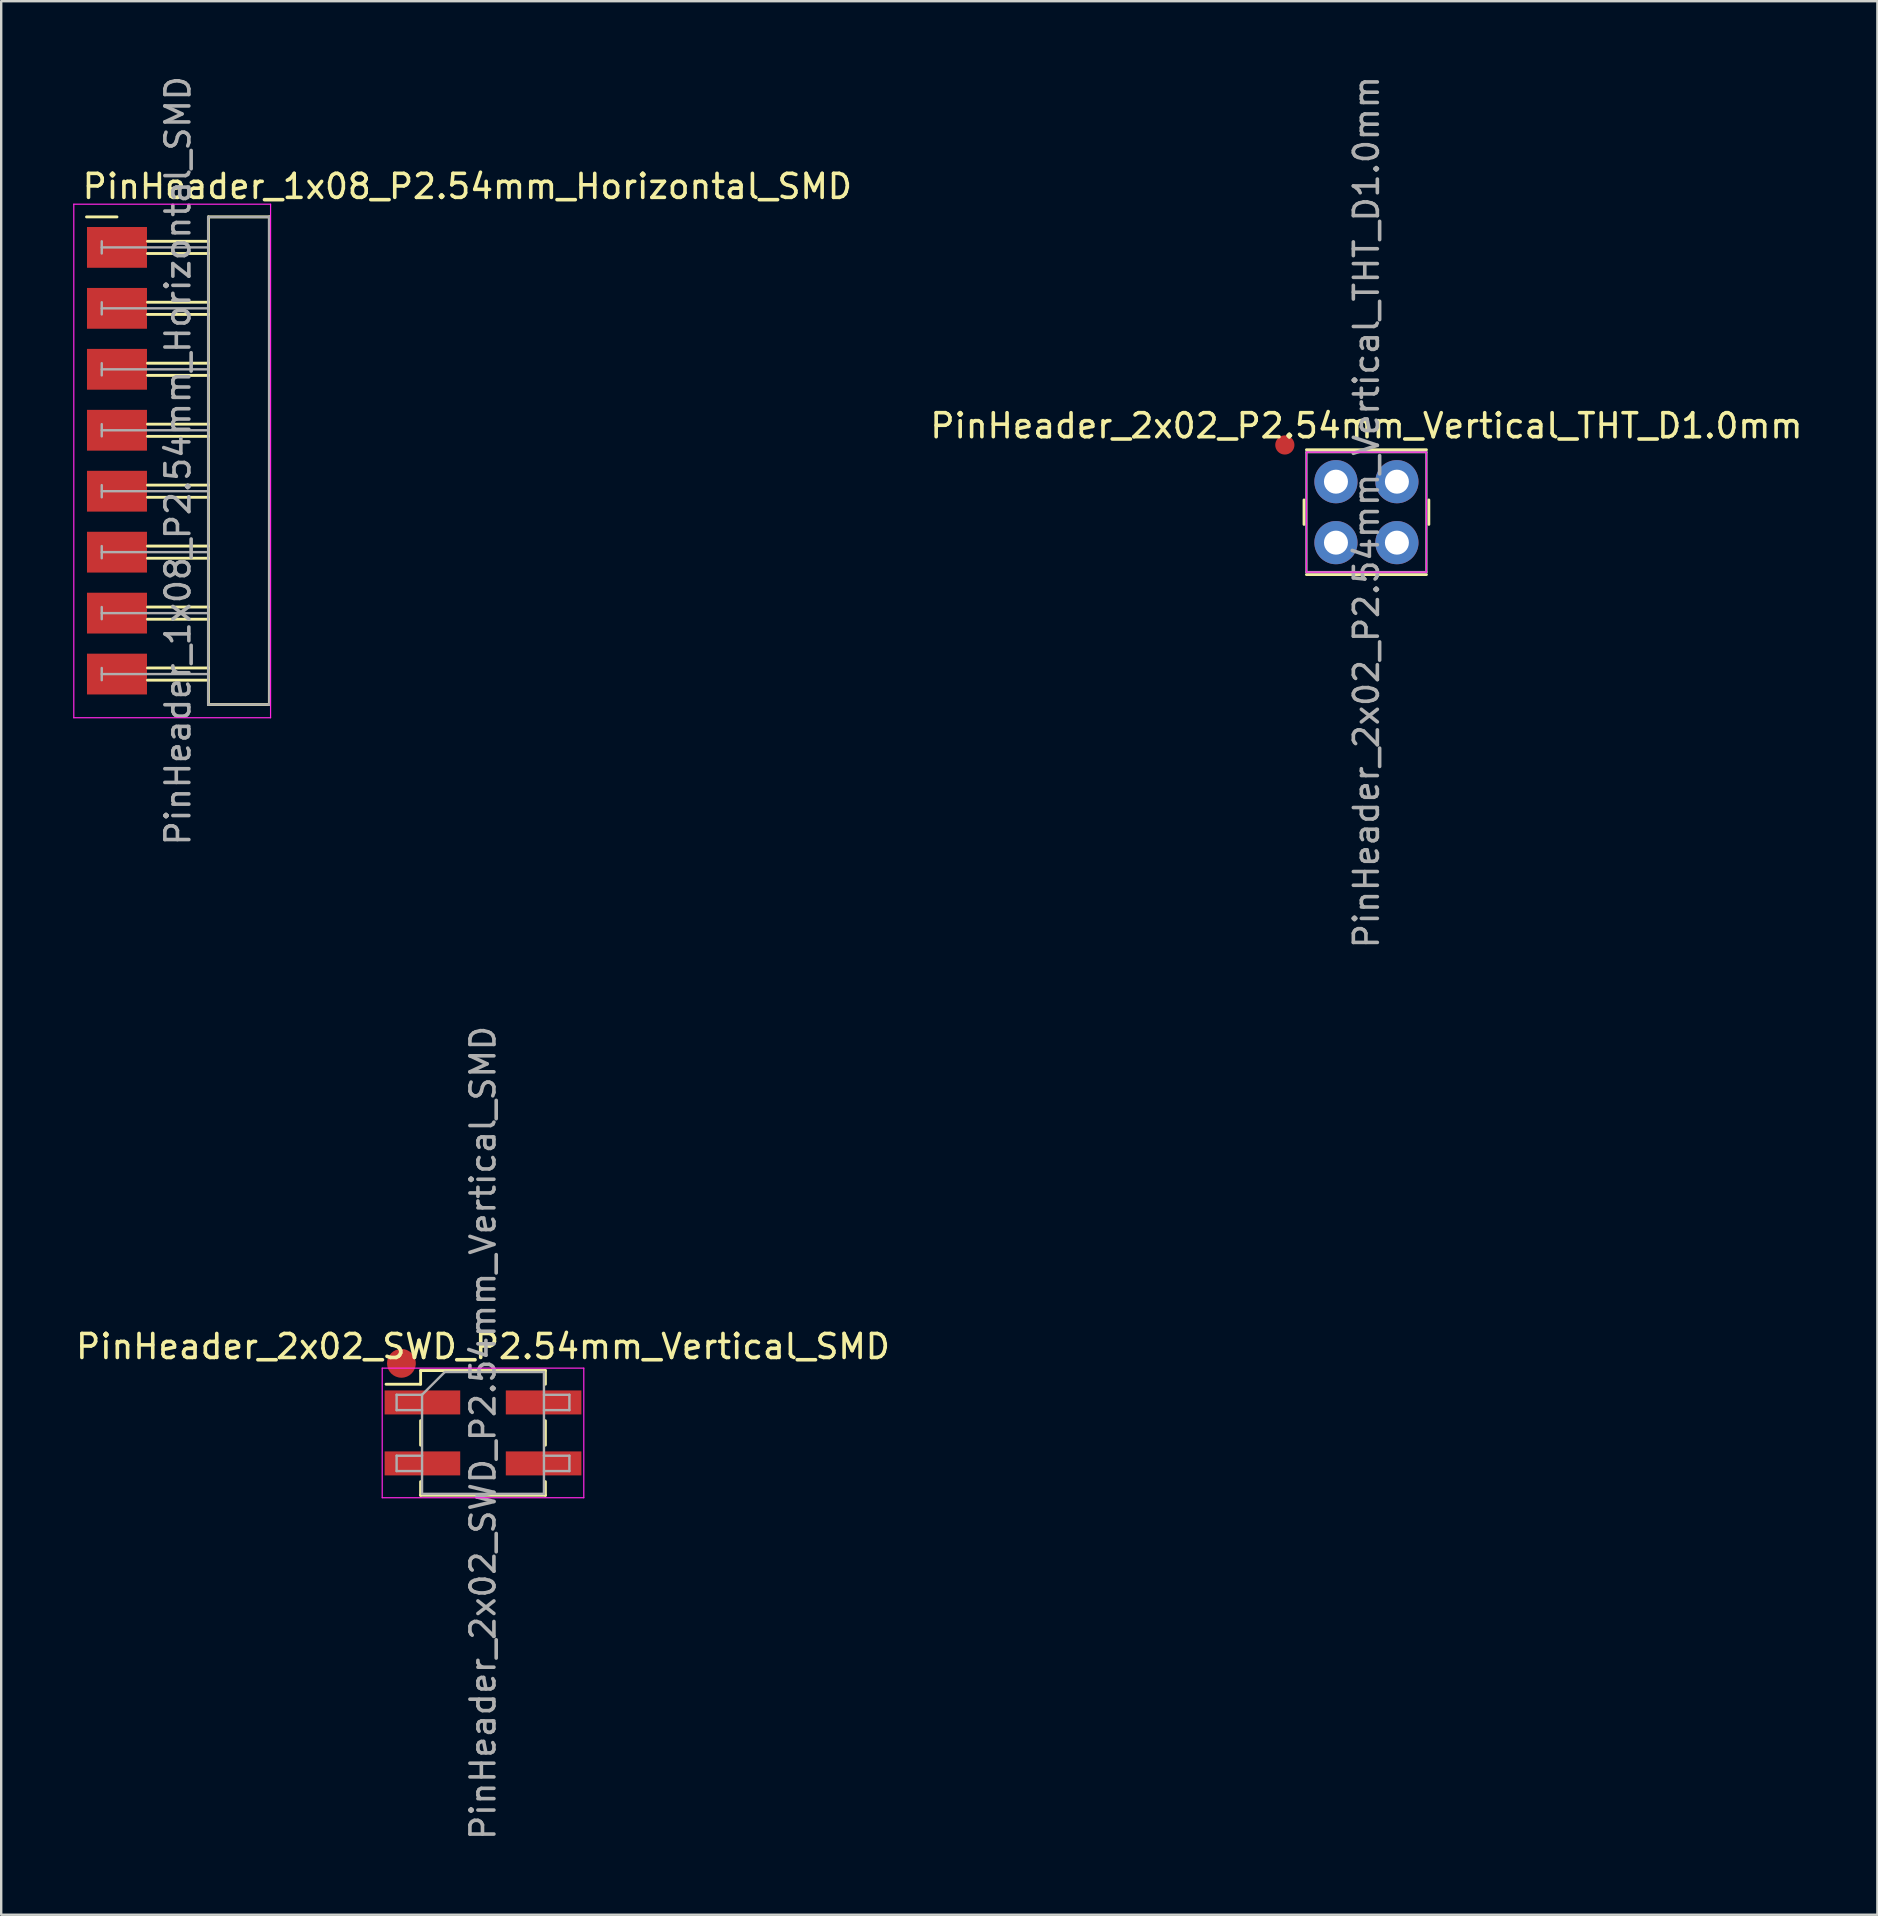
<source format=kicad_pcb>
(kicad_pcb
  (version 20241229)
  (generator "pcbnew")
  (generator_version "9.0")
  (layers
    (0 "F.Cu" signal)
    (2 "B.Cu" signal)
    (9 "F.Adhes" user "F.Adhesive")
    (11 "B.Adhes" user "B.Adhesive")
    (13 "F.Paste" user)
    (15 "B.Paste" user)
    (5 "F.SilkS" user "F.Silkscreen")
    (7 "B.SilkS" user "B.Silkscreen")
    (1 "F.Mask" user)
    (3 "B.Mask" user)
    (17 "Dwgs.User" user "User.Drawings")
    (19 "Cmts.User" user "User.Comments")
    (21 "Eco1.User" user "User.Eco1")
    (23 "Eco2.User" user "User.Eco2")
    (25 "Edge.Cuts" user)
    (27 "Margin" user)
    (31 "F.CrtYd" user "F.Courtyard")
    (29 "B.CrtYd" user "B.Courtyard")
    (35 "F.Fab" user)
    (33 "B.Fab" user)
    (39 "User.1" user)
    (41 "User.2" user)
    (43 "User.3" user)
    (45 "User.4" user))
  (footprint "PinHeader_1x08_P2.54mm_Horizontal_SMD"
    (layer "F.Cu")
    (at 1.825 7.259)
    (property "Reference" "PinHeader_1x08_P2.54mm_Horizontal_SMD" (at -1.524 -2.54 180) (layer "F.SilkS") (effects (font (size 1 1) (thickness 0.15)) (justify left)))
    (attr smd)
    (fp_line (start -1.27 -1.27) (end 0 -1.27) (stroke (width 0.12) (type solid)) (layer "F.SilkS"))
    (fp_line (start 3.81 -1.27) (end 6.35 -1.27) (stroke (width 0.12) (type solid)) (layer "F.SilkS"))
    (fp_line (start 3.81 -0.254) (end 1.27 -0.254) (stroke (width 0.12) (type solid)) (layer "F.SilkS"))
    (fp_line (start 3.81 0.254) (end 1.27 0.254) (stroke (width 0.12) (type solid)) (layer "F.SilkS"))
    (fp_line (start 3.81 2.286) (end 1.27 2.286) (stroke (width 0.12) (type solid)) (layer "F.SilkS"))
    (fp_line (start 3.81 2.794) (end 1.27 2.794) (stroke (width 0.12) (type solid)) (layer "F.SilkS"))
    (fp_line (start 3.81 4.826) (end 1.27 4.826) (stroke (width 0.12) (type solid)) (layer "F.SilkS"))
    (fp_line (start 3.81 5.334) (end 1.27 5.334) (stroke (width 0.12) (type solid)) (layer "F.SilkS"))
    (fp_line (start 3.81 7.366) (end 1.27 7.366) (stroke (width 0.12) (type solid)) (layer "F.SilkS"))
    (fp_line (start 3.81 7.874) (end 1.27 7.874) (stroke (width 0.12) (type solid)) (layer "F.SilkS"))
    (fp_line (start 3.81 9.906) (end 1.27 9.906) (stroke (width 0.12) (type solid)) (layer "F.SilkS"))
    (fp_line (start 3.81 10.414) (end 1.27 10.414) (stroke (width 0.12) (type solid)) (layer "F.SilkS"))
    (fp_line (start 3.81 12.446) (end 1.27 12.446) (stroke (width 0.12) (type solid)) (layer "F.SilkS"))
    (fp_line (start 3.81 12.954) (end 1.27 12.954) (stroke (width 0.12) (type solid)) (layer "F.SilkS"))
    (fp_line (start 3.81 14.986) (end 1.27 14.986) (stroke (width 0.12) (type solid)) (layer "F.SilkS"))
    (fp_line (start 3.81 15.494) (end 1.27 15.494) (stroke (width 0.12) (type solid)) (layer "F.SilkS"))
    (fp_line (start 3.81 17.526) (end 1.27 17.526) (stroke (width 0.12) (type solid)) (layer "F.SilkS"))
    (fp_line (start 3.81 18.034) (end 1.27 18.034) (stroke (width 0.12) (type solid)) (layer "F.SilkS"))
    (fp_line (start 3.81 19.05) (end 3.81 -1.27) (stroke (width 0.12) (type solid)) (layer "F.SilkS"))
    (fp_line (start 6.35 -1.27) (end 6.35 19.05) (stroke (width 0.12) (type solid)) (layer "F.SilkS"))
    (fp_line (start 6.35 19.05) (end 3.81 19.05) (stroke (width 0.12) (type solid)) (layer "F.SilkS"))
    (fp_line (start -1.8 -1.8) (end -1.8 19.6) (stroke (width 0.05) (type solid)) (layer "F.CrtYd"))
    (fp_line (start -1.8 19.6) (end 6.4 19.6) (stroke (width 0.05) (type solid)) (layer "F.CrtYd"))
    (fp_line (start 6.4 -1.8) (end -1.8 -1.8) (stroke (width 0.05) (type solid)) (layer "F.CrtYd"))
    (fp_line (start 6.4 19.6) (end 6.4 -1.8) (stroke (width 0.05) (type solid)) (layer "F.CrtYd"))
    (fp_line (start -0.635 -0.254) (end -0.635 0.254) (stroke (width 0.1) (type solid)) (layer "F.Fab"))
    (fp_line (start -0.635 2.286) (end -0.635 2.794) (stroke (width 0.1) (type solid)) (layer "F.Fab"))
    (fp_line (start -0.635 4.826) (end -0.635 5.334) (stroke (width 0.1) (type solid)) (layer "F.Fab"))
    (fp_line (start -0.635 7.366) (end -0.635 7.874) (stroke (width 0.1) (type solid)) (layer "F.Fab"))
    (fp_line (start -0.635 9.906) (end -0.635 10.414) (stroke (width 0.1) (type solid)) (layer "F.Fab"))
    (fp_line (start -0.635 12.446) (end -0.635 12.954) (stroke (width 0.1) (type solid)) (layer "F.Fab"))
    (fp_line (start -0.635 14.986) (end -0.635 15.494) (stroke (width 0.1) (type solid)) (layer "F.Fab"))
    (fp_line (start -0.635 17.526) (end -0.635 18.034) (stroke (width 0.1) (type solid)) (layer "F.Fab"))
    (fp_line (start 3.8 -1.27) (end 6.34 -1.27) (stroke (width 0.1) (type solid)) (layer "F.Fab"))
    (fp_line (start 3.8 19.05) (end 3.8 -1.27) (stroke (width 0.1) (type solid)) (layer "F.Fab"))
    (fp_line (start 3.8 19.05) (end 6.35 19.05) (stroke (width 0.1) (type solid)) (layer "F.Fab"))
    (fp_line (start 3.81 0) (end -0.635 0) (stroke (width 0.1) (type solid)) (layer "F.Fab"))
    (fp_line (start 3.81 2.54) (end -0.635 2.54) (stroke (width 0.1) (type solid)) (layer "F.Fab"))
    (fp_line (start 3.81 5.08) (end -0.635 5.08) (stroke (width 0.1) (type solid)) (layer "F.Fab"))
    (fp_line (start 3.81 7.62) (end -0.635 7.62) (stroke (width 0.1) (type solid)) (layer "F.Fab"))
    (fp_line (start 3.81 10.16) (end -0.635 10.16) (stroke (width 0.1) (type solid)) (layer "F.Fab"))
    (fp_line (start 3.81 12.7) (end -0.635 12.7) (stroke (width 0.1) (type solid)) (layer "F.Fab"))
    (fp_line (start 3.81 15.24) (end -0.635 15.24) (stroke (width 0.1) (type solid)) (layer "F.Fab"))
    (fp_line (start 3.81 17.78) (end -0.635 17.78) (stroke (width 0.1) (type solid)) (layer "F.Fab"))
    (fp_line (start 6.34 -1.27) (end 6.35 19.05) (stroke (width 0.1) (type solid)) (layer "F.Fab"))
    (fp_text user "${REFERENCE}" (at 2.54 8.89 90) (layer "F.Fab") (effects (font (size 1 1) (thickness 0.15))))
    (pad "1" smd rect (at 0 0) (size 2.5 1.7) (layers "F.Cu" "F.Mask" "F.Paste"))
    (pad "2" smd rect (at 0 2.54) (size 2.5 1.7) (layers "F.Cu" "F.Mask" "F.Paste"))
    (pad "3" smd rect (at 0 5.08) (size 2.5 1.7) (layers "F.Cu" "F.Mask" "F.Paste"))
    (pad "4" smd rect (at 0 7.62) (size 2.5 1.7) (layers "F.Cu" "F.Mask" "F.Paste"))
    (pad "5" smd rect (at 0 10.16) (size 2.5 1.7) (layers "F.Cu" "F.Mask" "F.Paste"))
    (pad "6" smd rect (at 0 12.7) (size 2.5 1.7) (layers "F.Cu" "F.Mask" "F.Paste"))
    (pad "7" smd rect (at 0 15.24) (size 2.5 1.7) (layers "F.Cu" "F.Mask" "F.Paste"))
    (pad "8" smd rect (at 0 17.78) (size 2.5 1.7) (layers "F.Cu" "F.Mask" "F.Paste")))
  (footprint "PinHeader_2x02_SWD_P2.54mm_Vertical_SMD"
    (layer "F.Cu")
    (at 17.077 56.661)
    (property "Reference" "PinHeader_2x02_SWD_P2.54mm_Vertical_SMD" (at 0 -3.6 0) (layer "F.SilkS") (effects (font (size 1 1) (thickness 0.15))))
    (attr smd)
    (fp_circle (center -3.4 -2.9) (end -2.9 -2.9) (stroke (width 0.2) (type solid)) (fill yes) (layer "F.Cu"))
    (fp_line (start -4.04 -2.03) (end -2.6 -2.03) (stroke (width 0.12) (type solid)) (layer "F.SilkS"))
    (fp_line (start -2.6 -2.6) (end -2.6 -2.03) (stroke (width 0.12) (type solid)) (layer "F.SilkS"))
    (fp_line (start -2.6 -2.6) (end 2.6 -2.6) (stroke (width 0.12) (type solid)) (layer "F.SilkS"))
    (fp_line (start -2.6 -0.51) (end -2.6 0.51) (stroke (width 0.12) (type solid)) (layer "F.SilkS"))
    (fp_line (start -2.6 2.03) (end -2.6 2.6) (stroke (width 0.12) (type solid)) (layer "F.SilkS"))
    (fp_line (start -2.6 2.6) (end 2.6 2.6) (stroke (width 0.12) (type solid)) (layer "F.SilkS"))
    (fp_line (start 2.6 -2.6) (end 2.6 -2.03) (stroke (width 0.12) (type solid)) (layer "F.SilkS"))
    (fp_line (start 2.6 -0.51) (end 2.6 0.51) (stroke (width 0.12) (type solid)) (layer "F.SilkS"))
    (fp_line (start 2.6 2.03) (end 2.6 2.6) (stroke (width 0.12) (type solid)) (layer "F.SilkS"))
    (fp_line (start -4.2 -2.7) (end -4.2 2.7) (stroke (width 0.05) (type solid)) (layer "F.CrtYd"))
    (fp_line (start -4.2 2.7) (end 4.2 2.7) (stroke (width 0.05) (type solid)) (layer "F.CrtYd"))
    (fp_line (start 4.2 -2.7) (end -4.2 -2.7) (stroke (width 0.05) (type solid)) (layer "F.CrtYd"))
    (fp_line (start 4.2 2.7) (end 4.2 -2.7) (stroke (width 0.05) (type solid)) (layer "F.CrtYd"))
    (fp_line (start -3.6 -1.59) (end -3.6 -0.95) (stroke (width 0.1) (type solid)) (layer "F.Fab"))
    (fp_line (start -3.6 -0.95) (end -2.54 -0.95) (stroke (width 0.1) (type solid)) (layer "F.Fab"))
    (fp_line (start -3.6 0.95) (end -3.6 1.59) (stroke (width 0.1) (type solid)) (layer "F.Fab"))
    (fp_line (start -3.6 1.59) (end -2.54 1.59) (stroke (width 0.1) (type solid)) (layer "F.Fab"))
    (fp_line (start -2.54 -1.59) (end -3.6 -1.59) (stroke (width 0.1) (type solid)) (layer "F.Fab"))
    (fp_line (start -2.54 -1.59) (end -1.59 -2.54) (stroke (width 0.1) (type solid)) (layer "F.Fab"))
    (fp_line (start -2.54 0.95) (end -3.6 0.95) (stroke (width 0.1) (type solid)) (layer "F.Fab"))
    (fp_line (start -2.54 2.54) (end -2.54 -1.59) (stroke (width 0.1) (type solid)) (layer "F.Fab"))
    (fp_line (start -1.59 -2.54) (end 2.54 -2.54) (stroke (width 0.1) (type solid)) (layer "F.Fab"))
    (fp_line (start 2.54 -2.54) (end 2.54 2.54) (stroke (width 0.1) (type solid)) (layer "F.Fab"))
    (fp_line (start 2.54 -1.59) (end 3.6 -1.59) (stroke (width 0.1) (type solid)) (layer "F.Fab"))
    (fp_line (start 2.54 0.95) (end 3.6 0.95) (stroke (width 0.1) (type solid)) (layer "F.Fab"))
    (fp_line (start 2.54 2.54) (end -2.54 2.54) (stroke (width 0.1) (type solid)) (layer "F.Fab"))
    (fp_line (start 3.6 -1.59) (end 3.6 -0.95) (stroke (width 0.1) (type solid)) (layer "F.Fab"))
    (fp_line (start 3.6 -0.95) (end 2.54 -0.95) (stroke (width 0.1) (type solid)) (layer "F.Fab"))
    (fp_line (start 3.6 0.95) (end 3.6 1.59) (stroke (width 0.1) (type solid)) (layer "F.Fab"))
    (fp_line (start 3.6 1.59) (end 2.54 1.59) (stroke (width 0.1) (type solid)) (layer "F.Fab"))
    (fp_text user "${REFERENCE}" (at 0 0 90) (layer "F.Fab") (effects (font (size 1 1) (thickness 0.15))))
    (pad "1" smd rect (at -2.525 -1.27) (size 3.15 1) (layers "F.Cu" "F.Mask" "F.Paste"))
    (pad "2" smd rect (at 2.525 -1.27) (size 3.15 1) (layers "F.Cu" "F.Mask" "F.Paste"))
    (pad "3" smd rect (at -2.525 1.27) (size 3.15 1) (layers "F.Cu" "F.Mask" "F.Paste"))
    (pad "4" smd rect (at 2.525 1.27) (size 3.15 1) (layers "F.Cu" "F.Mask" "F.Paste")))
  (footprint "PinHeader_2x02_P2.54mm_Vertical_THT_D1.0mm"
    (layer "F.Cu")
    (at 53.89 18.292)
    (property "Reference" "PinHeader_2x02_P2.54mm_Vertical_THT_D1.0mm" (at 0 -3.6 0) (layer "F.SilkS") (effects (font (size 1 1) (thickness 0.15))))
    (attr smd)
    (fp_circle (center -3.4 -2.8) (end -3.1 -2.8) (stroke (width 0.2) (type solid)) (fill yes) (layer "F.Cu"))
    (fp_line (start -2.6 -0.51) (end -2.6 0.51) (stroke (width 0.12) (type solid)) (layer "F.SilkS"))
    (fp_line (start -2.5 -2.6) (end 2.5 -2.6) (stroke (width 0.12) (type solid)) (layer "F.SilkS"))
    (fp_line (start -2.5 2.6) (end 2.5 2.6) (stroke (width 0.12) (type solid)) (layer "F.SilkS"))
    (fp_line (start 2.6 -0.51) (end 2.6 0.51) (stroke (width 0.12) (type solid)) (layer "F.SilkS"))
    (fp_line (start -2.5 -2.5) (end -2.5 2.5) (stroke (width 0.05) (type solid)) (layer "F.CrtYd"))
    (fp_line (start -2.5 2.5) (end 2.5 2.5) (stroke (width 0.05) (type solid)) (layer "F.CrtYd"))
    (fp_line (start 2.5 -2.5) (end -2.5 -2.5) (stroke (width 0.05) (type solid)) (layer "F.CrtYd"))
    (fp_line (start 2.5 2.5) (end 2.5 -2.5) (stroke (width 0.05) (type solid)) (layer "F.CrtYd"))
    (fp_line (start -2.5 -2.5) (end 2.5 -2.5) (stroke (width 0.1) (type solid)) (layer "F.Fab"))
    (fp_line (start -2.5 2.5) (end -2.5 -2.5) (stroke (width 0.1) (type solid)) (layer "F.Fab"))
    (fp_line (start 2.5 -2.5) (end 2.5 2.5) (stroke (width 0.1) (type solid)) (layer "F.Fab"))
    (fp_line (start 2.5 2.5) (end -2.5 2.5) (stroke (width 0.1) (type solid)) (layer "F.Fab"))
    (fp_text user "${REFERENCE}" (at 0 0 90) (layer "F.Fab") (effects (font (size 1 1) (thickness 0.15))))
    (pad "1" thru_hole circle (at -1.27 -1.27) (size 1.8 1.8) (drill 1) (layers "*.Cu" "*.Mask"))
    (pad "2" thru_hole circle (at 1.27 -1.27) (size 1.8 1.8) (drill 1) (layers "*.Cu" "*.Mask"))
    (pad "3" thru_hole circle (at -1.27 1.27) (size 1.8 1.8) (drill 1) (layers "*.Cu" "*.Mask"))
    (pad "4" thru_hole circle (at 1.27 1.27) (size 1.8 1.8) (drill 1) (layers "*.Cu" "*.Mask")))
  (gr_rect
    (start -3 -3)
    (end 75.182 76.738)
    (stroke (width 0.1) (type default))
    (fill no)
    (layer "Edge.Cuts")))
</source>
